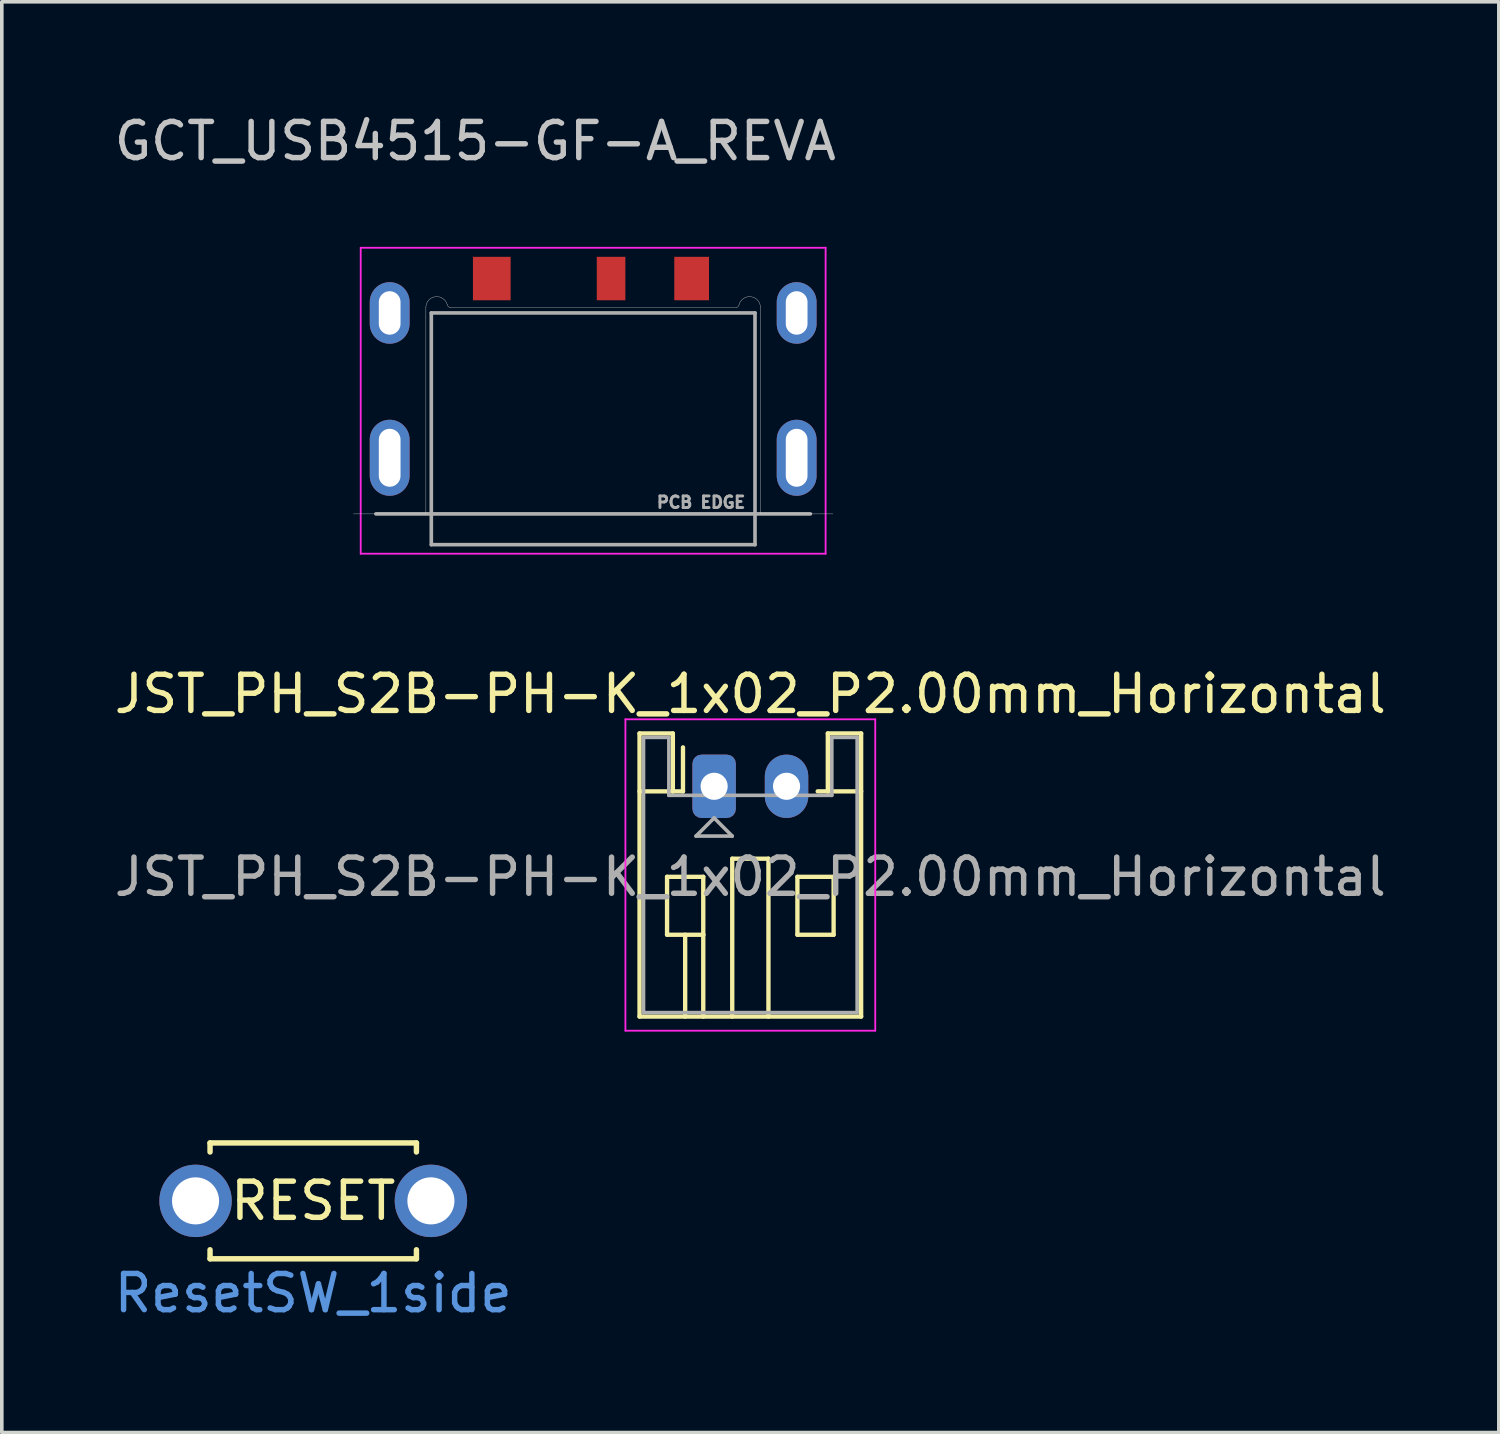
<source format=kicad_pcb>
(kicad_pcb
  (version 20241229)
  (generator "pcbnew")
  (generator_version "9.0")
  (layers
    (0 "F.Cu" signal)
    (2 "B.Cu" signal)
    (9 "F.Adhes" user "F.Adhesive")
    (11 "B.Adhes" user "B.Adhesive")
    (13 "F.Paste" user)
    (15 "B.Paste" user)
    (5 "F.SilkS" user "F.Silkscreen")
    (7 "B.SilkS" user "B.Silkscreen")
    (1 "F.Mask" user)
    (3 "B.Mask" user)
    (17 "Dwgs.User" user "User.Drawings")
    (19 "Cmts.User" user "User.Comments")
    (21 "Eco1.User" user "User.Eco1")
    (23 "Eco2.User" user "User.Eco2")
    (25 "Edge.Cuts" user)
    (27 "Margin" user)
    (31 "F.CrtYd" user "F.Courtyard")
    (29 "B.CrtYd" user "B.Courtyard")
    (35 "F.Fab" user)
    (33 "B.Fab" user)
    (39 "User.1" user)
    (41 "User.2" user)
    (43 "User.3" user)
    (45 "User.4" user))
  (footprint "GCT_USB4515-GF-A_REVA"
    (layer "F.Cu")
    (at 13.322 9.603)
    (property "Reference" "GCT_USB4515-GF-A_REVA" (at -3.245 -8.755 0) (layer "Dwgs.User") (effects (font (size 1 1) (thickness 0.15))))
    (attr smd)
    (fp_line (start -6.61 1.54) (end -4.61 1.54) (stroke (width 0.01) (type solid)) (layer "Edge.Cuts"))
    (fp_line (start -4.61 1.54) (end -4.61 -4.16) (stroke (width 0.01) (type solid)) (layer "Edge.Cuts"))
    (fp_line (start -3.94 -4.16) (end 3.96 -4.16) (stroke (width 0.01) (type solid)) (layer "Edge.Cuts"))
    (fp_line (start 4.63 -4.16) (end 4.63 1.54) (stroke (width 0.01) (type solid)) (layer "Edge.Cuts"))
    (fp_line (start 4.63 1.54) (end 6.63 1.54) (stroke (width 0.01) (type solid)) (layer "Edge.Cuts"))
    (fp_arc (start -4.61 -4.16) (mid -4.349942 -4.457699) (end -4.02 -4.24) (stroke (width 0.01) (type solid)) (layer "Edge.Cuts"))
    (fp_arc (start -3.94 -4.16) (mid -3.993271 -4.186729) (end -4.02 -4.24) (stroke (width 0.01) (type solid)) (layer "Edge.Cuts"))
    (fp_arc (start 4.04 -4.24) (mid 4.01328 -4.18672) (end 3.96 -4.16) (stroke (width 0.01) (type solid)) (layer "Edge.Cuts"))
    (fp_arc (start 4.04 -4.24) (mid 4.369943 -4.457704) (end 4.63 -4.16) (stroke (width 0.01) (type solid)) (layer "Edge.Cuts"))
    (fp_line (start -6.41 -5.81) (end -6.41 2.64) (stroke (width 0.05) (type solid)) (layer "F.CrtYd"))
    (fp_line (start -6.41 2.64) (end 6.43 2.64) (stroke (width 0.05) (type solid)) (layer "F.CrtYd"))
    (fp_line (start 6.43 -5.81) (end -6.41 -5.81) (stroke (width 0.05) (type solid)) (layer "F.CrtYd"))
    (fp_line (start 6.43 2.64) (end 6.43 -5.81) (stroke (width 0.05) (type solid)) (layer "F.CrtYd"))
    (fp_line (start -4.46 -4.01) (end 4.48 -4.01) (stroke (width 0.1) (type solid)) (layer "F.Fab"))
    (fp_line (start -4.46 2.39) (end -4.46 -4.01) (stroke (width 0.1) (type solid)) (layer "F.Fab"))
    (fp_line (start 4.48 -4.01) (end 4.48 2.39) (stroke (width 0.1) (type solid)) (layer "F.Fab"))
    (fp_line (start 4.48 2.39) (end -4.46 2.39) (stroke (width 0.1) (type solid)) (layer "F.Fab"))
    (fp_line (start 6.01 1.54) (end -5.99 1.54) (stroke (width 0.1) (type solid)) (layer "F.Fab"))
    (fp_text user "PCB EDGE" (at 2.99 1.22 0) (layer "F.Fab") (effects (font (size 0.32 0.32) (thickness 0.08))))
    (pad "A12" smd rect (at 2.73 -4.96) (size 0.96 1.2) (layers "F.Cu" "F.Mask" "F.Paste"))
    (pad "B5" smd rect (at 0.505 -4.96) (size 0.79 1.2) (layers "F.Cu" "F.Mask" "F.Paste"))
    (pad "B12" smd rect (at -2.79 -4.96) (size 1.04 1.2) (layers "F.Cu" "F.Mask" "F.Paste"))
    (pad "S1" thru_hole oval (at -5.61 -0.01) (size 1.1 2.1) (drill oval 0.6 1.6) (layers "*.Cu" "*.Mask"))
    (pad "S2" thru_hole oval (at 5.63 -0.01) (size 1.1 2.1) (drill oval 0.6 1.6) (layers "*.Cu" "*.Mask"))
    (pad "S3" thru_hole oval (at -5.61 -4.01) (size 1.1 1.7) (drill oval 0.6 1.2) (layers "*.Cu" "*.Mask"))
    (pad "S4" thru_hole oval (at 5.63 -4.01) (size 1.1 1.7) (drill oval 0.6 1.2) (layers "*.Cu" "*.Mask")))
  (footprint "ResetSW_1side"
    (layer "F.Cu")
    (at 5.601 30.116)
    (property "Reference" "ResetSW_1side" (at 0 2.55 180) (layer "Cmts.User") (effects (font (size 1 1) (thickness 0.15))))
    (attr through_hole)
    (fp_line (start -2.85 -1.6) (end -2.85 -1.35) (stroke (width 0.15) (type solid)) (layer "F.SilkS"))
    (fp_line (start -2.85 -1.6) (end 2.85 -1.6) (stroke (width 0.15) (type solid)) (layer "F.SilkS"))
    (fp_line (start -2.85 1.6) (end -2.85 1.35) (stroke (width 0.15) (type solid)) (layer "F.SilkS"))
    (fp_line (start -2.85 1.6) (end 2.85 1.6) (stroke (width 0.15) (type solid)) (layer "F.SilkS"))
    (fp_line (start 2.85 -1.6) (end 2.85 -1.35) (stroke (width 0.15) (type solid)) (layer "F.SilkS"))
    (fp_line (start 2.85 1.6) (end 2.85 1.35) (stroke (width 0.15) (type solid)) (layer "F.SilkS"))
    (fp_text user "RESET" (at 0 0 180) (layer "F.SilkS") (effects (font (size 1 1) (thickness 0.15))))
    (pad "1" thru_hole circle (at 3.25 0) (size 2 2) (drill 1.3) (layers "*.Cu" "B.Mask"))
    (pad "2" thru_hole circle (at -3.25 0) (size 2 2) (drill 1.3) (layers "*.Cu" "B.Mask")))
  (footprint "JST_PH_S2B-PH-K_1x02_P2.00mm_Horizontal"
    (layer "F.Cu")
    (at 16.673 18.666)
    (property "Reference" "JST_PH_S2B-PH-K_1x02_P2.00mm_Horizontal" (at 1 -2.55 0) (layer "F.SilkS") (effects (font (size 1 1) (thickness 0.15))))
    (attr through_hole)
    (fp_line (start -2.06 -1.46) (end -2.06 6.36) (stroke (width 0.12) (type solid)) (layer "F.SilkS"))
    (fp_line (start -2.06 0.14) (end -1.14 0.14) (stroke (width 0.12) (type solid)) (layer "F.SilkS"))
    (fp_line (start -2.06 6.36) (end 4.06 6.36) (stroke (width 0.12) (type solid)) (layer "F.SilkS"))
    (fp_line (start -1.3 2.5) (end -1.3 4.1) (stroke (width 0.12) (type solid)) (layer "F.SilkS"))
    (fp_line (start -1.3 4.1) (end -0.3 4.1) (stroke (width 0.12) (type solid)) (layer "F.SilkS"))
    (fp_line (start -1.14 -1.46) (end -2.06 -1.46) (stroke (width 0.12) (type solid)) (layer "F.SilkS"))
    (fp_line (start -1.14 0.14) (end -1.14 -1.46) (stroke (width 0.12) (type solid)) (layer "F.SilkS"))
    (fp_line (start -0.86 0.14) (end -1.14 0.14) (stroke (width 0.12) (type solid)) (layer "F.SilkS"))
    (fp_line (start -0.86 0.14) (end -0.86 -1.075) (stroke (width 0.12) (type solid)) (layer "F.SilkS"))
    (fp_line (start -0.8 4.1) (end -0.8 6.36) (stroke (width 0.12) (type solid)) (layer "F.SilkS"))
    (fp_line (start -0.3 2.5) (end -1.3 2.5) (stroke (width 0.12) (type solid)) (layer "F.SilkS"))
    (fp_line (start -0.3 4.1) (end -0.3 2.5) (stroke (width 0.12) (type solid)) (layer "F.SilkS"))
    (fp_line (start -0.3 4.1) (end -0.3 6.36) (stroke (width 0.12) (type solid)) (layer "F.SilkS"))
    (fp_line (start 0.5 2) (end 1.5 2) (stroke (width 0.12) (type solid)) (layer "F.SilkS"))
    (fp_line (start 0.5 6.36) (end 0.5 2) (stroke (width 0.12) (type solid)) (layer "F.SilkS"))
    (fp_line (start 1.5 2) (end 1.5 6.36) (stroke (width 0.12) (type solid)) (layer "F.SilkS"))
    (fp_line (start 2.3 2.5) (end 3.3 2.5) (stroke (width 0.12) (type solid)) (layer "F.SilkS"))
    (fp_line (start 2.3 4.1) (end 2.3 2.5) (stroke (width 0.12) (type solid)) (layer "F.SilkS"))
    (fp_line (start 3.14 -1.46) (end 3.14 0.14) (stroke (width 0.12) (type solid)) (layer "F.SilkS"))
    (fp_line (start 3.14 0.14) (end 2.86 0.14) (stroke (width 0.12) (type solid)) (layer "F.SilkS"))
    (fp_line (start 3.3 2.5) (end 3.3 4.1) (stroke (width 0.12) (type solid)) (layer "F.SilkS"))
    (fp_line (start 3.3 4.1) (end 2.3 4.1) (stroke (width 0.12) (type solid)) (layer "F.SilkS"))
    (fp_line (start 4.06 -1.46) (end 3.14 -1.46) (stroke (width 0.12) (type solid)) (layer "F.SilkS"))
    (fp_line (start 4.06 0.14) (end 3.14 0.14) (stroke (width 0.12) (type solid)) (layer "F.SilkS"))
    (fp_line (start 4.06 6.36) (end 4.06 -1.46) (stroke (width 0.12) (type solid)) (layer "F.SilkS"))
    (fp_line (start -2.45 -1.85) (end -2.45 6.75) (stroke (width 0.05) (type solid)) (layer "F.CrtYd"))
    (fp_line (start -2.45 6.75) (end 4.45 6.75) (stroke (width 0.05) (type solid)) (layer "F.CrtYd"))
    (fp_line (start 4.45 -1.85) (end -2.45 -1.85) (stroke (width 0.05) (type solid)) (layer "F.CrtYd"))
    (fp_line (start 4.45 6.75) (end 4.45 -1.85) (stroke (width 0.05) (type solid)) (layer "F.CrtYd"))
    (fp_line (start -1.95 -1.35) (end -1.95 6.25) (stroke (width 0.1) (type solid)) (layer "F.Fab"))
    (fp_line (start -1.95 6.25) (end 3.95 6.25) (stroke (width 0.1) (type solid)) (layer "F.Fab"))
    (fp_line (start -1.25 -1.35) (end -1.95 -1.35) (stroke (width 0.1) (type solid)) (layer "F.Fab"))
    (fp_line (start -1.25 0.25) (end -1.25 -1.35) (stroke (width 0.1) (type solid)) (layer "F.Fab"))
    (fp_line (start -0.5 1.375) (end 0.5 1.375) (stroke (width 0.1) (type solid)) (layer "F.Fab"))
    (fp_line (start 0 0.875) (end -0.5 1.375) (stroke (width 0.1) (type solid)) (layer "F.Fab"))
    (fp_line (start 0.5 1.375) (end 0 0.875) (stroke (width 0.1) (type solid)) (layer "F.Fab"))
    (fp_line (start 3.25 -1.35) (end 3.25 0.25) (stroke (width 0.1) (type solid)) (layer "F.Fab"))
    (fp_line (start 3.25 0.25) (end -1.25 0.25) (stroke (width 0.1) (type solid)) (layer "F.Fab"))
    (fp_line (start 3.95 -1.35) (end 3.25 -1.35) (stroke (width 0.1) (type solid)) (layer "F.Fab"))
    (fp_line (start 3.95 6.25) (end 3.95 -1.35) (stroke (width 0.1) (type solid)) (layer "F.Fab"))
    (fp_text user "${REFERENCE}" (at 1 2.5 0) (layer "F.Fab") (effects (font (size 1 1) (thickness 0.15))))
    (pad "1" thru_hole roundrect (at 0 0) (size 1.2 1.75) (drill 0.75) (layers "*.Cu" "B.Mask") (roundrect_rratio 0.208))
    (pad "2" thru_hole oval (at 2 0) (size 1.2 1.75) (drill 0.75) (layers "*.Cu" "B.Mask")))
  (gr_rect
    (start -3 -3)
    (end 38.345 36.515)
    (stroke (width 0.1) (type default))
    (fill no)
    (layer "Edge.Cuts")))
</source>
